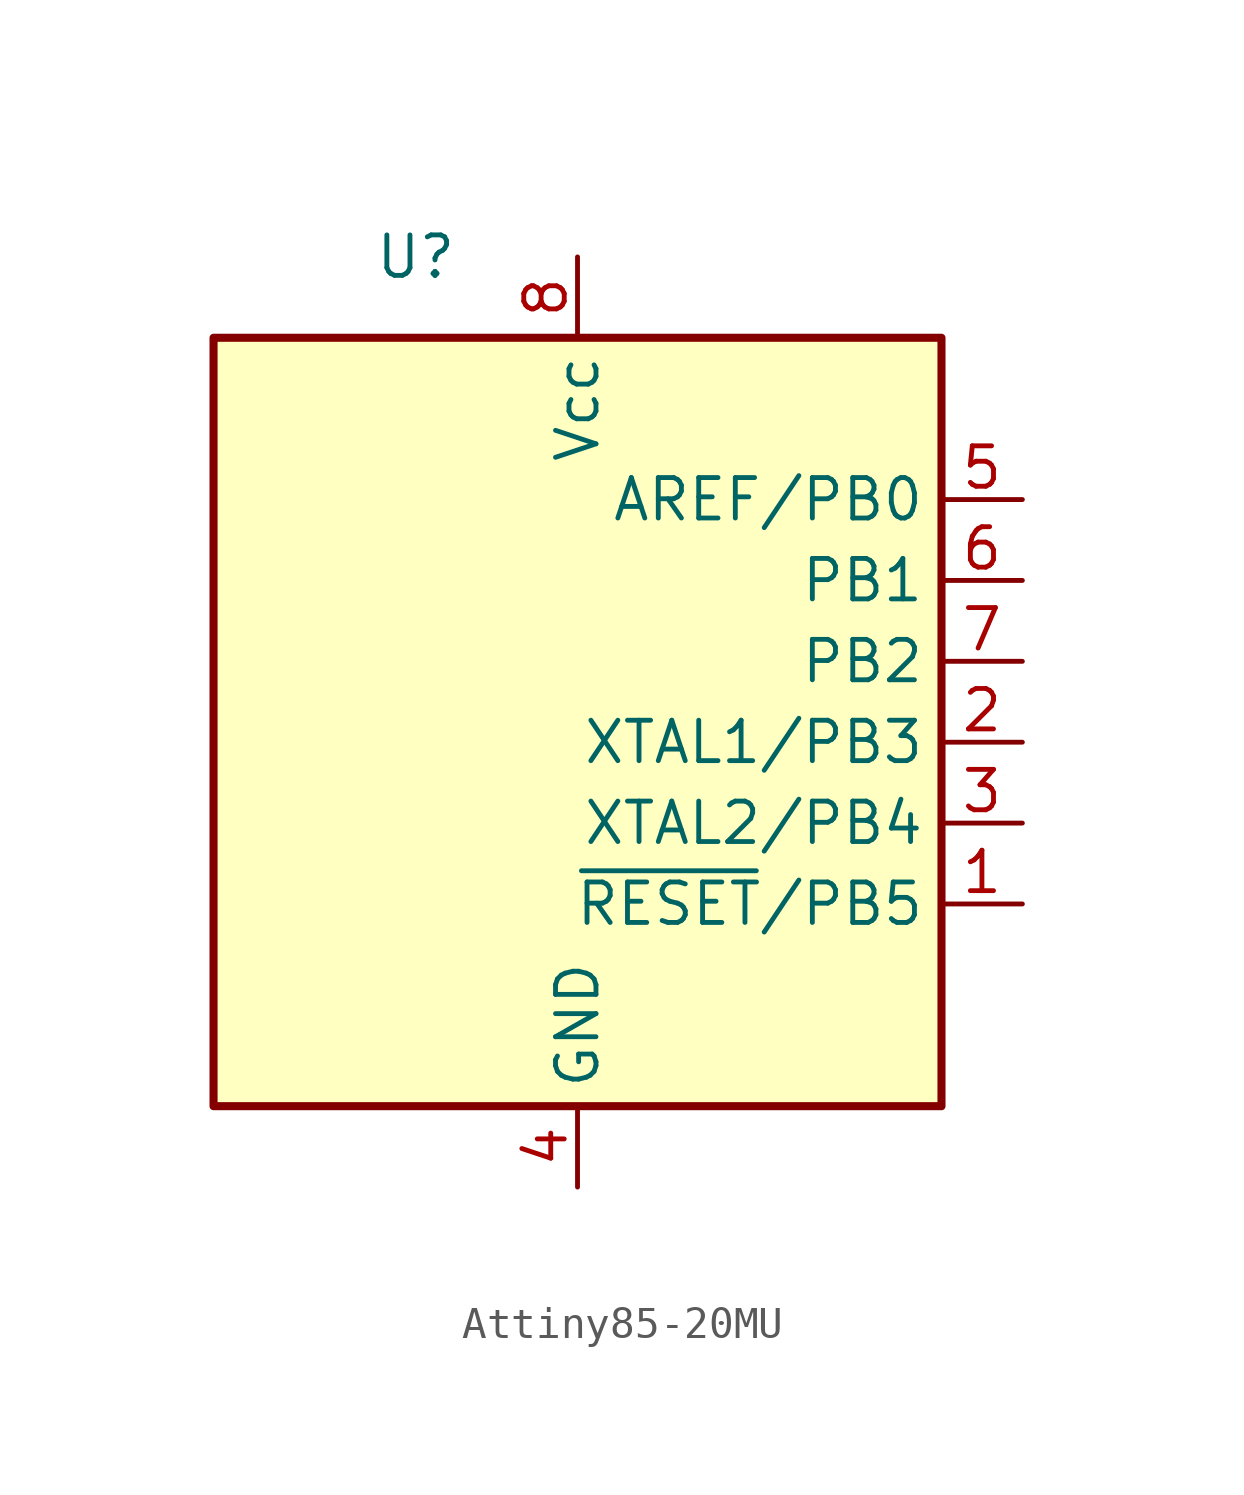
<source format=kicad_sym>
(kicad_symbol_lib
  (version 20220914)
  (generator kicad_symbol_editor)
  (symbol "Attiny85-20MU"
    (property "Reference" "U"
      (at -5.08 15.24 0)
      (effects (font (size 1.27 1.27))))
    (property "Value" ""
      (at 3.81 5.08 0)
      (effects (font (size 1.27 1.27))))
    (symbol "Attiny85-20MU_0_1"
      (rectangle (start -11.43 12.7) (end 11.43 -11.43) (stroke (width 0.254) (type default)) (fill (type background))))
    (symbol "Attiny85-20MU_1_1"
      (pin bidirectional line (at 13.97 -5.08 180) (length 2.54) (name "~{RESET}/PB5" (effects (font (size 1.27 1.27)))) (number "1" (effects (font (size 1.27 1.27)))))
      (pin bidirectional line (at 13.97 0 180) (length 2.54) (name "XTAL1/PB3" (effects (font (size 1.27 1.27)))) (number "2" (effects (font (size 1.27 1.27)))))
      (pin bidirectional line (at 13.97 -2.54 180) (length 2.54) (name "XTAL2/PB4" (effects (font (size 1.27 1.27)))) (number "3" (effects (font (size 1.27 1.27)))))
      (pin power_in line (at 0 -13.97 90) (length 2.54) (name "GND" (effects (font (size 1.27 1.27)))) (number "4" (effects (font (size 1.27 1.27)))))
      (pin bidirectional line (at 13.97 7.62 180) (length 2.54) (name "AREF/PB0" (effects (font (size 1.27 1.27)))) (number "5" (effects (font (size 1.27 1.27)))))
      (pin bidirectional line (at 13.97 5.08 180) (length 2.54) (name "PB1" (effects (font (size 1.27 1.27)))) (number "6" (effects (font (size 1.27 1.27)))))
      (pin bidirectional line (at 13.97 2.54 180) (length 2.54) (name "PB2" (effects (font (size 1.27 1.27)))) (number "7" (effects (font (size 1.27 1.27)))))
      (pin power_in line (at 0 15.24 270) (length 2.54) (name "Vcc" (effects (font (size 1.27 1.27)))) (number "8" (effects (font (size 1.27 1.27))))))))
</source>
